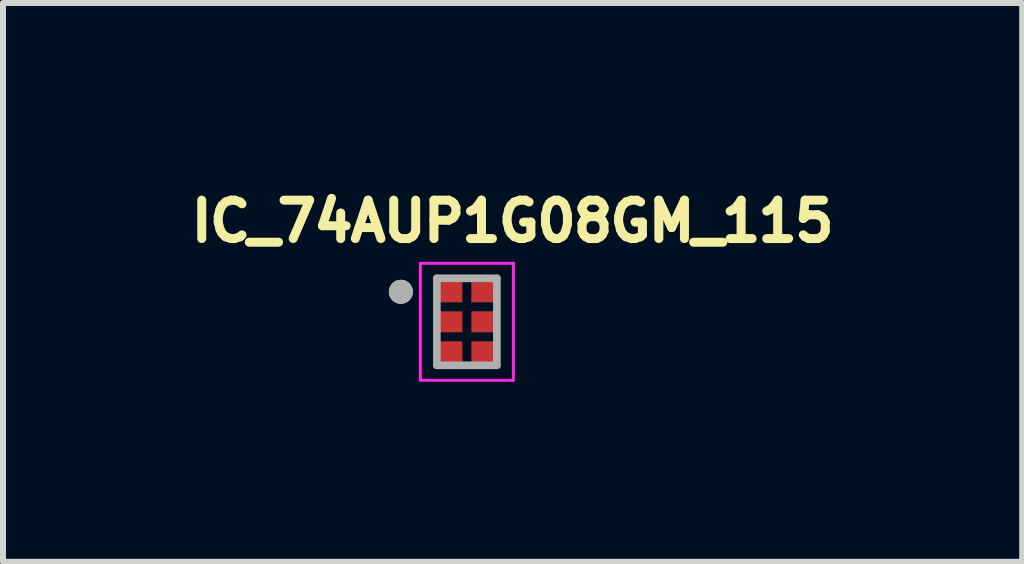
<source format=kicad_pcb>
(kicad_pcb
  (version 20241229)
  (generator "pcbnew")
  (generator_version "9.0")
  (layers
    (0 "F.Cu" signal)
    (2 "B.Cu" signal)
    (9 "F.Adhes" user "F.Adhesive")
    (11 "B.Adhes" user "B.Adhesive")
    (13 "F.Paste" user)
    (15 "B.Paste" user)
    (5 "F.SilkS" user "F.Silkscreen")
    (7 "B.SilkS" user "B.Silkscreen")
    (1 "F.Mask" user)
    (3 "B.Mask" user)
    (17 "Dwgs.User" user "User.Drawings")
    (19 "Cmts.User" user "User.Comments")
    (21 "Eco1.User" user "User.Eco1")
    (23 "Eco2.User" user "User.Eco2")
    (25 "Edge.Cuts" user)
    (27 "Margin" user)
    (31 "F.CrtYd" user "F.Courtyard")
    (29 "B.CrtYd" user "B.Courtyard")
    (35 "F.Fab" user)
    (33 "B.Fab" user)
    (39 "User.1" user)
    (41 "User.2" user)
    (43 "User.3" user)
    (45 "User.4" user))
  (footprint "IC_74AUP1G08GM_115"
    (layer "F.Cu")
    (at 4.732 2.314)
    (property "Reference" "IC_74AUP1G08GM_115" (at 0.762 -1.676 0) (layer "F.SilkS") (effects (font (size 0.64 0.64) (thickness 0.15))))
    (attr smd)
    (fp_poly (pts (xy -0.525 -0.675) (xy -0.075 -0.675) (xy -0.075 -0.325) (xy -0.525 -0.325)) (stroke (width 0.01) (type solid)) (fill yes) (layer "F.Mask"))
    (fp_poly (pts (xy -0.525 -0.175) (xy -0.075 -0.175) (xy -0.075 0.175) (xy -0.525 0.175)) (stroke (width 0.01) (type solid)) (fill yes) (layer "F.Mask"))
    (fp_poly (pts (xy -0.525 0.325) (xy -0.075 0.325) (xy -0.075 0.675) (xy -0.525 0.675)) (stroke (width 0.01) (type solid)) (fill yes) (layer "F.Mask"))
    (fp_poly (pts (xy 0.075 -0.675) (xy 0.525 -0.675) (xy 0.525 -0.325) (xy 0.075 -0.325)) (stroke (width 0.01) (type solid)) (fill yes) (layer "F.Mask"))
    (fp_poly (pts (xy 0.075 -0.175) (xy 0.525 -0.175) (xy 0.525 0.175) (xy 0.075 0.175)) (stroke (width 0.01) (type solid)) (fill yes) (layer "F.Mask"))
    (fp_poly (pts (xy 0.075 0.325) (xy 0.525 0.325) (xy 0.525 0.675) (xy 0.075 0.675)) (stroke (width 0.01) (type solid)) (fill yes) (layer "F.Mask"))
    (fp_circle (center -1.1 -0.5) (end -1 -0.5) (stroke (width 0.2) (type solid)) (fill no) (layer "F.SilkS"))
    (fp_poly (pts (xy -0.475 -0.625) (xy -0.125 -0.625) (xy -0.125 -0.375) (xy -0.475 -0.375)) (stroke (width 0.01) (type solid)) (fill yes) (layer "F.Paste"))
    (fp_poly (pts (xy -0.475 -0.125) (xy -0.125 -0.125) (xy -0.125 0.125) (xy -0.475 0.125)) (stroke (width 0.01) (type solid)) (fill yes) (layer "F.Paste"))
    (fp_poly (pts (xy -0.475 0.375) (xy -0.125 0.375) (xy -0.125 0.625) (xy -0.475 0.625)) (stroke (width 0.01) (type solid)) (fill yes) (layer "F.Paste"))
    (fp_poly (pts (xy 0.125 -0.625) (xy 0.475 -0.625) (xy 0.475 -0.375) (xy 0.125 -0.375)) (stroke (width 0.01) (type solid)) (fill yes) (layer "F.Paste"))
    (fp_poly (pts (xy 0.125 -0.125) (xy 0.475 -0.125) (xy 0.475 0.125) (xy 0.125 0.125)) (stroke (width 0.01) (type solid)) (fill yes) (layer "F.Paste"))
    (fp_poly (pts (xy 0.125 0.375) (xy 0.475 0.375) (xy 0.475 0.625) (xy 0.125 0.625)) (stroke (width 0.01) (type solid)) (fill yes) (layer "F.Paste"))
    (fp_line (start -0.775 -0.975) (end 0.775 -0.975) (stroke (width 0.05) (type solid)) (layer "F.CrtYd"))
    (fp_line (start -0.775 0.975) (end -0.775 -0.975) (stroke (width 0.05) (type solid)) (layer "F.CrtYd"))
    (fp_line (start 0.775 -0.975) (end 0.775 0.975) (stroke (width 0.05) (type solid)) (layer "F.CrtYd"))
    (fp_line (start 0.775 0.975) (end -0.775 0.975) (stroke (width 0.05) (type solid)) (layer "F.CrtYd"))
    (fp_line (start -0.5 -0.725) (end 0.5 -0.725) (stroke (width 0.127) (type solid)) (layer "F.Fab"))
    (fp_line (start -0.5 0.725) (end -0.5 -0.725) (stroke (width 0.127) (type solid)) (layer "F.Fab"))
    (fp_line (start 0.5 -0.725) (end 0.5 0.725) (stroke (width 0.127) (type solid)) (layer "F.Fab"))
    (fp_line (start 0.5 0.725) (end -0.5 0.725) (stroke (width 0.127) (type solid)) (layer "F.Fab"))
    (fp_circle (center -1.1 -0.5) (end -1 -0.5) (stroke (width 0.2) (type solid)) (fill no) (layer "F.Fab"))
    (pad "1" smd rect (at -0.3 -0.5) (size 0.45 0.35) (layers "F.Cu"))
    (pad "2" smd rect (at -0.3 0) (size 0.45 0.35) (layers "F.Cu"))
    (pad "3" smd rect (at -0.3 0.5) (size 0.45 0.35) (layers "F.Cu"))
    (pad "4" smd rect (at 0.3 0.5) (size 0.45 0.35) (layers "F.Cu"))
    (pad "5" smd rect (at 0.3 0) (size 0.45 0.35) (layers "F.Cu"))
    (pad "6" smd rect (at 0.3 -0.5) (size 0.45 0.35) (layers "F.Cu")))
  (gr_rect
    (start -3 -3)
    (end 13.989 6.314)
    (stroke (width 0.1) (type default))
    (fill no)
    (layer "Edge.Cuts")))
</source>
